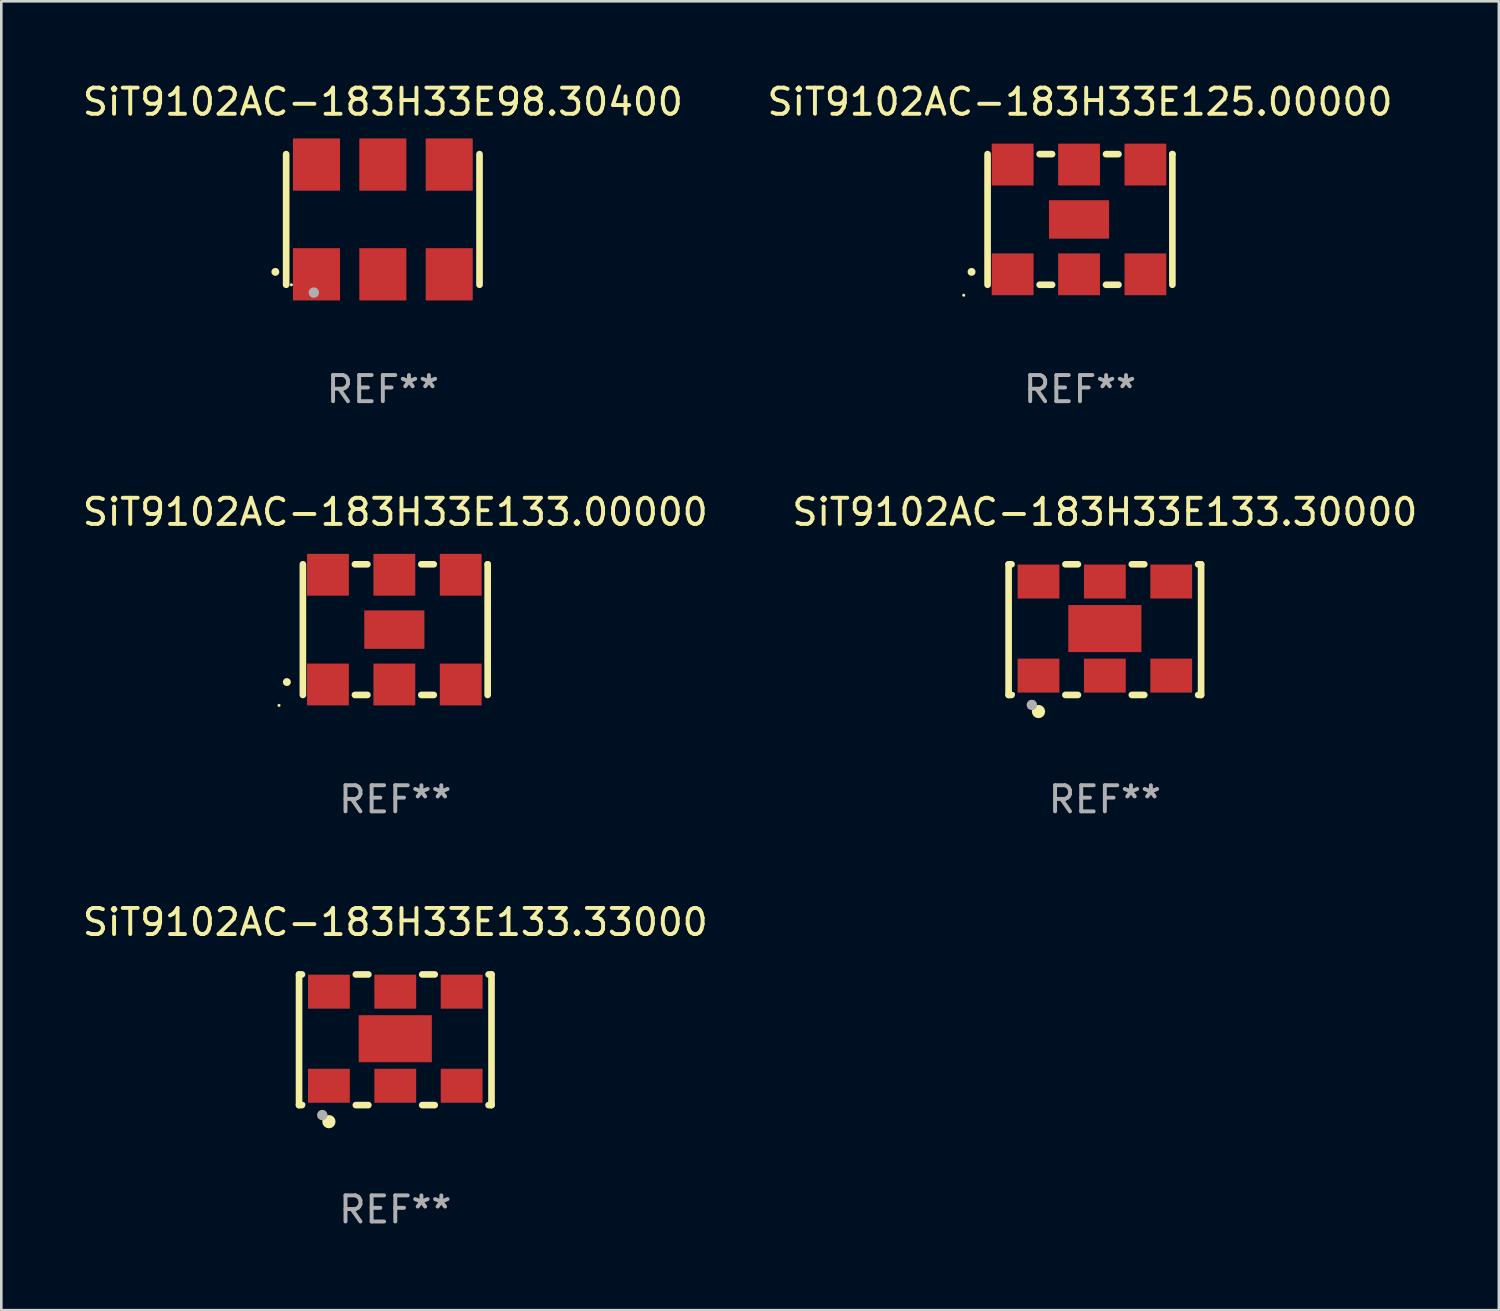
<source format=kicad_pcb>
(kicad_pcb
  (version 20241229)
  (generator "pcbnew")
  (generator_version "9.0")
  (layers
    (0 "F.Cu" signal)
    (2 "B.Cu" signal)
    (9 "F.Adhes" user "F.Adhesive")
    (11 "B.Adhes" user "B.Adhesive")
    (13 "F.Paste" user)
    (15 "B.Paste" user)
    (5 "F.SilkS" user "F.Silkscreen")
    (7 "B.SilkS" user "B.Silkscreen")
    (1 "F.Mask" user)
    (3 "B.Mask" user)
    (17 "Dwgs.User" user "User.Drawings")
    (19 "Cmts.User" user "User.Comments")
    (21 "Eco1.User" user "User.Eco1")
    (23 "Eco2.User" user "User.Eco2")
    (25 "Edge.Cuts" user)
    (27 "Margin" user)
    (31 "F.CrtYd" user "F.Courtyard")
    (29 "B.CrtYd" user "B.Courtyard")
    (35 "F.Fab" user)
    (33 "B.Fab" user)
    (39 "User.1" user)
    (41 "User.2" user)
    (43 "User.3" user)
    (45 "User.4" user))
  (footprint "SiT9102AC-183H33E133.33000"
    (layer "F.Cu")
    (at 12.077 36.741)
    (property "Reference" "SiT9102AC-183H33E133.33000" (at 0 -4.5 0) (layer "F.SilkS") (effects (font (size 1 1) (thickness 0.15))))
    (attr through_hole)
    (fp_line (start -3.683 -2.5) (end -3.571 -2.5) (stroke (width 0.254) (type solid)) (layer "F.SilkS"))
    (fp_line (start -3.683 2.5) (end -3.683 -2.5) (stroke (width 0.254) (type solid)) (layer "F.SilkS"))
    (fp_line (start -3.683 2.5) (end -3.571 2.5) (stroke (width 0.254) (type solid)) (layer "F.SilkS"))
    (fp_line (start -1.509 -2.5) (end -1.031 -2.5) (stroke (width 0.254) (type solid)) (layer "F.SilkS"))
    (fp_line (start -1.509 2.5) (end -1.031 2.5) (stroke (width 0.254) (type solid)) (layer "F.SilkS"))
    (fp_line (start 1.031 -2.5) (end 1.509 -2.5) (stroke (width 0.254) (type solid)) (layer "F.SilkS"))
    (fp_line (start 1.031 2.5) (end 1.509 2.5) (stroke (width 0.254) (type solid)) (layer "F.SilkS"))
    (fp_line (start 3.571 -2.5) (end 3.683 -2.5) (stroke (width 0.254) (type solid)) (layer "F.SilkS"))
    (fp_line (start 3.571 2.5) (end 3.683 2.5) (stroke (width 0.254) (type solid)) (layer "F.SilkS"))
    (fp_line (start 3.683 2.5) (end 3.683 -2.5) (stroke (width 0.254) (type solid)) (layer "F.SilkS"))
    (fp_circle (center -3.5 2.46) (end -3.47 2.46) (stroke (width 0.06) (type solid)) (fill no) (layer "F.SilkS"))
    (fp_circle (center -2.54 3.135) (end -2.413 3.135) (stroke (width 0.254) (type solid)) (fill no) (layer "F.SilkS"))
    (fp_circle (center -2.794 2.881) (end -2.694 2.881) (stroke (width 0.2) (type solid)) (fill no) (layer "F.Fab"))
    (fp_text user "REF**" (at 0 6.5 0) (layer "F.Fab") (effects (font (size 1 1) (thickness 0.15))))
    (pad "1" smd rect (at -2.54 1.76) (size 1.6 1.3) (layers "F.Cu" "F.Mask" "F.Paste"))
    (pad "2" smd rect (at 0 1.76) (size 1.6 1.3) (layers "F.Cu" "F.Mask" "F.Paste"))
    (pad "3" smd rect (at 2.54 1.76) (size 1.6 1.3) (layers "F.Cu" "F.Mask" "F.Paste"))
    (pad "4" smd rect (at 2.54 -1.84) (size 1.6 1.3) (layers "F.Cu" "F.Mask" "F.Paste"))
    (pad "5" smd rect (at 0 -1.84) (size 1.6 1.3) (layers "F.Cu" "F.Mask" "F.Paste"))
    (pad "6" smd rect (at -2.54 -1.84) (size 1.6 1.3) (layers "F.Cu" "F.Mask" "F.Paste"))
    (pad "7" smd rect (at 0 -0.04) (size 2.8 1.8) (layers "F.Cu" "F.Mask" "F.Paste")))
  (footprint "SiT9102AC-183H33E98.30400"
    (layer "F.Cu")
    (at 11.601 5.348)
    (property "Reference" "SiT9102AC-183H33E98.30400" (at 0 -4.5 0) (layer "F.SilkS") (effects (font (size 1 1) (thickness 0.15))))
    (attr through_hole)
    (fp_line (start -3.7 -2.5) (end -3.7 2.5) (stroke (width 0.254) (type solid)) (layer "F.SilkS"))
    (fp_line (start 3.7 -2.5) (end 3.7 2.5) (stroke (width 0.254) (type solid)) (layer "F.SilkS"))
    (fp_arc (start -4.114415 2.006604) (mid -4.113145 2.006599) (end -4.111875 2.006604) (stroke (width 0.3) (type solid)) (layer "F.SilkS"))
    (fp_circle (center -3.5 2.501) (end -3.47 2.501) (stroke (width 0.06) (type solid)) (fill no) (layer "F.SilkS"))
    (fp_circle (center -2.641 2.799) (end -2.541 2.799) (stroke (width 0.2) (type solid)) (fill no) (layer "F.Fab"))
    (fp_text user "REF**" (at 0 6.5 0) (layer "F.Fab") (effects (font (size 1 1) (thickness 0.15))))
    (pad "1" smd rect (at -2.54 2.1) (size 1.8 2) (layers "F.Cu" "F.Mask" "F.Paste"))
    (pad "2" smd rect (at 0.000394 2.1) (size 1.8 2) (layers "F.Cu" "F.Mask" "F.Paste"))
    (pad "3" smd rect (at 2.54 2.1) (size 1.8 2) (layers "F.Cu" "F.Mask" "F.Paste"))
    (pad "4" smd rect (at 2.54 -2.1) (size 1.8 2) (layers "F.Cu" "F.Mask" "F.Paste"))
    (pad "5" smd rect (at 0.000394 -2.1) (size 1.8 2) (layers "F.Cu" "F.Mask" "F.Paste"))
    (pad "6" smd rect (at -2.54 -2.1) (size 1.8 2) (layers "F.Cu" "F.Mask" "F.Paste")))
  (footprint "SiT9102AC-183H33E133.00000"
    (layer "F.Cu")
    (at 12.077 21.045)
    (property "Reference" "SiT9102AC-183H33E133.00000" (at 0 -4.5 0) (layer "F.SilkS") (effects (font (size 1 1) (thickness 0.15))))
    (attr through_hole)
    (fp_line (start -3.536 -2.5) (end -3.536 2.5) (stroke (width 0.254) (type solid)) (layer "F.SilkS"))
    (fp_line (start -1.544 2.5) (end -1.067 2.5) (stroke (width 0.254) (type solid)) (layer "F.SilkS"))
    (fp_line (start -1.067 -2.5) (end -1.544 -2.5) (stroke (width 0.254) (type solid)) (layer "F.SilkS"))
    (fp_line (start 0.996 2.5) (end 1.473 2.5) (stroke (width 0.254) (type solid)) (layer "F.SilkS"))
    (fp_line (start 1.473 -2.5) (end 0.996 -2.5) (stroke (width 0.254) (type solid)) (layer "F.SilkS"))
    (fp_line (start 3.536 -2.5) (end 3.536 -2.5) (stroke (width 0.254) (type solid)) (layer "F.SilkS"))
    (fp_line (start 3.536 2.5) (end 3.536 -2.5) (stroke (width 0.254) (type solid)) (layer "F.SilkS"))
    (fp_arc (start -4.150432 2.006604) (mid -4.149162 2.006599) (end -4.147892 2.006604) (stroke (width 0.3) (type solid)) (layer "F.SilkS"))
    (fp_circle (center -4.449 2.9) (end -4.419 2.9) (stroke (width 0.06) (type solid)) (fill no) (layer "F.SilkS"))
    (fp_text user "REF**" (at 0 6.5 0) (layer "F.Fab") (effects (font (size 1 1) (thickness 0.15))))
    (pad "1" smd rect (at -2.576 2.1) (size 1.6 1.6) (layers "F.Cu" "F.Mask" "F.Paste"))
    (pad "2" smd rect (at -0.036 2.1) (size 1.6 1.6) (layers "F.Cu" "F.Mask" "F.Paste"))
    (pad "3" smd rect (at 2.504 2.1) (size 1.6 1.6) (layers "F.Cu" "F.Mask" "F.Paste"))
    (pad "4" smd rect (at 2.504 -2.1) (size 1.6 1.6) (layers "F.Cu" "F.Mask" "F.Paste"))
    (pad "5" smd rect (at -0.036 -2.1) (size 1.6 1.6) (layers "F.Cu" "F.Mask" "F.Paste"))
    (pad "6" smd rect (at -2.576 -2.1) (size 1.6 1.6) (layers "F.Cu" "F.Mask" "F.Paste"))
    (pad "7" smd rect (at -0.036 0) (size 2.3 1.47) (layers "F.Cu" "F.Mask" "F.Paste")))
  (footprint "SiT9102AC-183H33E133.30000"
    (layer "F.Cu")
    (at 39.232 21.045)
    (property "Reference" "SiT9102AC-183H33E133.30000" (at 0 -4.5 0) (layer "F.SilkS") (effects (font (size 1 1) (thickness 0.15))))
    (attr through_hole)
    (fp_line (start -3.683 -2.5) (end -3.571 -2.5) (stroke (width 0.254) (type solid)) (layer "F.SilkS"))
    (fp_line (start -3.683 2.5) (end -3.683 -2.5) (stroke (width 0.254) (type solid)) (layer "F.SilkS"))
    (fp_line (start -3.683 2.5) (end -3.571 2.5) (stroke (width 0.254) (type solid)) (layer "F.SilkS"))
    (fp_line (start -1.509 -2.5) (end -1.031 -2.5) (stroke (width 0.254) (type solid)) (layer "F.SilkS"))
    (fp_line (start -1.509 2.5) (end -1.031 2.5) (stroke (width 0.254) (type solid)) (layer "F.SilkS"))
    (fp_line (start 1.031 -2.5) (end 1.509 -2.5) (stroke (width 0.254) (type solid)) (layer "F.SilkS"))
    (fp_line (start 1.031 2.5) (end 1.509 2.5) (stroke (width 0.254) (type solid)) (layer "F.SilkS"))
    (fp_line (start 3.571 -2.5) (end 3.683 -2.5) (stroke (width 0.254) (type solid)) (layer "F.SilkS"))
    (fp_line (start 3.571 2.5) (end 3.683 2.5) (stroke (width 0.254) (type solid)) (layer "F.SilkS"))
    (fp_line (start 3.683 2.5) (end 3.683 -2.5) (stroke (width 0.254) (type solid)) (layer "F.SilkS"))
    (fp_circle (center -3.5 2.46) (end -3.47 2.46) (stroke (width 0.06) (type solid)) (fill no) (layer "F.SilkS"))
    (fp_circle (center -2.54 3.135) (end -2.413 3.135) (stroke (width 0.254) (type solid)) (fill no) (layer "F.SilkS"))
    (fp_circle (center -2.794 2.881) (end -2.694 2.881) (stroke (width 0.2) (type solid)) (fill no) (layer "F.Fab"))
    (fp_text user "REF**" (at 0 6.5 0) (layer "F.Fab") (effects (font (size 1 1) (thickness 0.15))))
    (pad "1" smd rect (at -2.54 1.76) (size 1.6 1.3) (layers "F.Cu" "F.Mask" "F.Paste"))
    (pad "2" smd rect (at 0 1.76) (size 1.6 1.3) (layers "F.Cu" "F.Mask" "F.Paste"))
    (pad "3" smd rect (at 2.54 1.76) (size 1.6 1.3) (layers "F.Cu" "F.Mask" "F.Paste"))
    (pad "4" smd rect (at 2.54 -1.84) (size 1.6 1.3) (layers "F.Cu" "F.Mask" "F.Paste"))
    (pad "5" smd rect (at 0 -1.84) (size 1.6 1.3) (layers "F.Cu" "F.Mask" "F.Paste"))
    (pad "6" smd rect (at -2.54 -1.84) (size 1.6 1.3) (layers "F.Cu" "F.Mask" "F.Paste"))
    (pad "7" smd rect (at 0 -0.04) (size 2.8 1.8) (layers "F.Cu" "F.Mask" "F.Paste")))
  (footprint "SiT9102AC-183H33E125.00000"
    (layer "F.Cu")
    (at 38.28 5.348)
    (property "Reference" "SiT9102AC-183H33E125.00000" (at 0 -4.5 0) (layer "F.SilkS") (effects (font (size 1 1) (thickness 0.15))))
    (attr through_hole)
    (fp_line (start -3.536 -2.5) (end -3.536 2.5) (stroke (width 0.254) (type solid)) (layer "F.SilkS"))
    (fp_line (start -1.544 2.5) (end -1.067 2.5) (stroke (width 0.254) (type solid)) (layer "F.SilkS"))
    (fp_line (start -1.067 -2.5) (end -1.544 -2.5) (stroke (width 0.254) (type solid)) (layer "F.SilkS"))
    (fp_line (start 0.996 2.5) (end 1.473 2.5) (stroke (width 0.254) (type solid)) (layer "F.SilkS"))
    (fp_line (start 1.473 -2.5) (end 0.996 -2.5) (stroke (width 0.254) (type solid)) (layer "F.SilkS"))
    (fp_line (start 3.536 -2.5) (end 3.536 -2.5) (stroke (width 0.254) (type solid)) (layer "F.SilkS"))
    (fp_line (start 3.536 2.5) (end 3.536 -2.5) (stroke (width 0.254) (type solid)) (layer "F.SilkS"))
    (fp_arc (start -4.150432 2.006604) (mid -4.149162 2.006599) (end -4.147892 2.006604) (stroke (width 0.3) (type solid)) (layer "F.SilkS"))
    (fp_circle (center -4.449 2.9) (end -4.419 2.9) (stroke (width 0.06) (type solid)) (fill no) (layer "F.SilkS"))
    (fp_text user "REF**" (at 0 6.5 0) (layer "F.Fab") (effects (font (size 1 1) (thickness 0.15))))
    (pad "1" smd rect (at -2.576 2.1) (size 1.6 1.6) (layers "F.Cu" "F.Mask" "F.Paste"))
    (pad "2" smd rect (at -0.036 2.1) (size 1.6 1.6) (layers "F.Cu" "F.Mask" "F.Paste"))
    (pad "3" smd rect (at 2.504 2.1) (size 1.6 1.6) (layers "F.Cu" "F.Mask" "F.Paste"))
    (pad "4" smd rect (at 2.504 -2.1) (size 1.6 1.6) (layers "F.Cu" "F.Mask" "F.Paste"))
    (pad "5" smd rect (at -0.036 -2.1) (size 1.6 1.6) (layers "F.Cu" "F.Mask" "F.Paste"))
    (pad "6" smd rect (at -2.576 -2.1) (size 1.6 1.6) (layers "F.Cu" "F.Mask" "F.Paste"))
    (pad "7" smd rect (at -0.036 0) (size 2.3 1.47) (layers "F.Cu" "F.Mask" "F.Paste")))
  (gr_rect
    (start -3 -3)
    (end 54.31 47.09)
    (stroke (width 0.1) (type default))
    (fill no)
    (layer "Edge.Cuts")))
</source>
